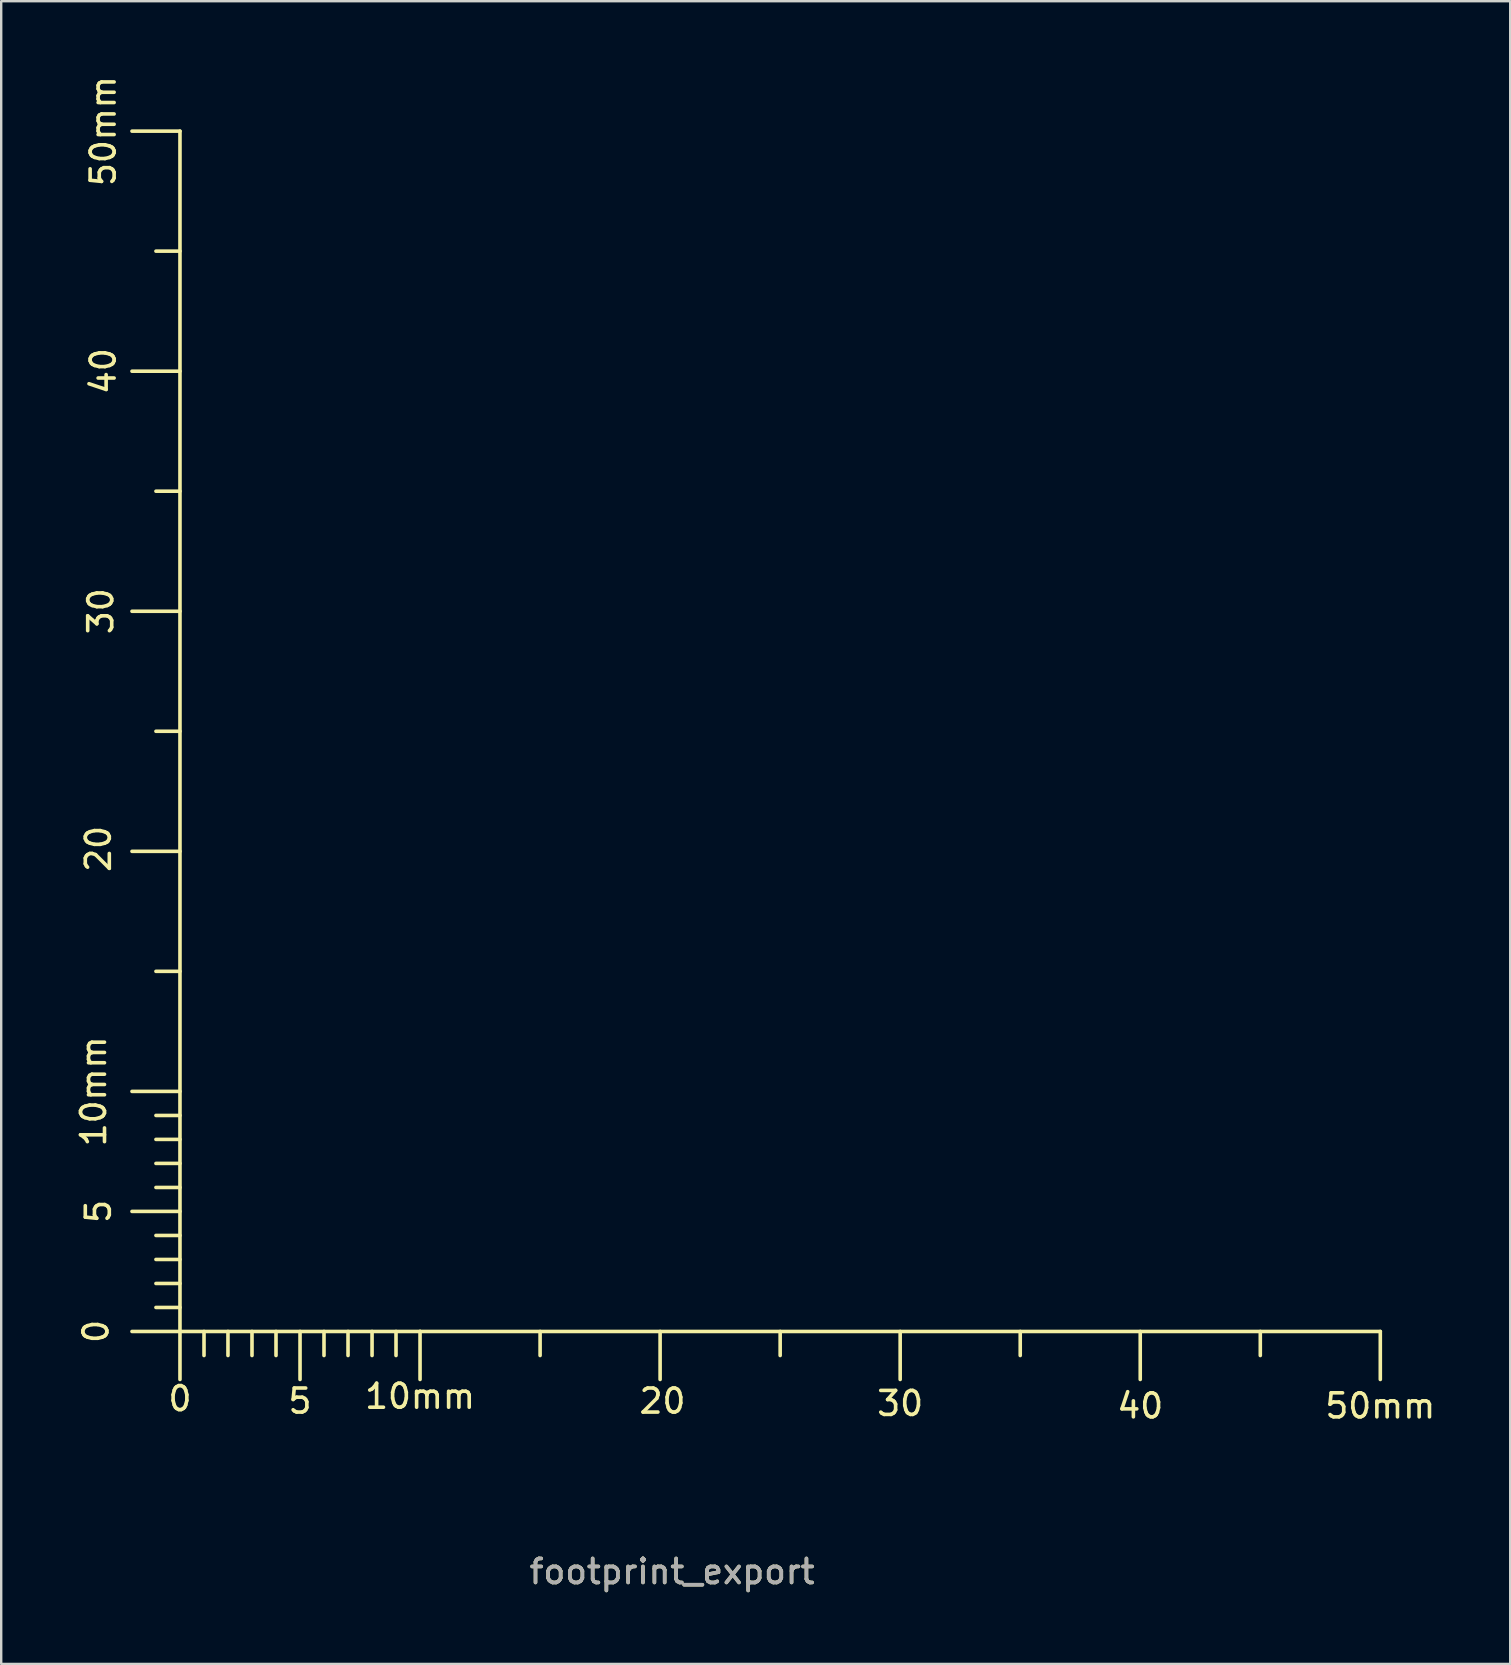
<source format=kicad_pcb>
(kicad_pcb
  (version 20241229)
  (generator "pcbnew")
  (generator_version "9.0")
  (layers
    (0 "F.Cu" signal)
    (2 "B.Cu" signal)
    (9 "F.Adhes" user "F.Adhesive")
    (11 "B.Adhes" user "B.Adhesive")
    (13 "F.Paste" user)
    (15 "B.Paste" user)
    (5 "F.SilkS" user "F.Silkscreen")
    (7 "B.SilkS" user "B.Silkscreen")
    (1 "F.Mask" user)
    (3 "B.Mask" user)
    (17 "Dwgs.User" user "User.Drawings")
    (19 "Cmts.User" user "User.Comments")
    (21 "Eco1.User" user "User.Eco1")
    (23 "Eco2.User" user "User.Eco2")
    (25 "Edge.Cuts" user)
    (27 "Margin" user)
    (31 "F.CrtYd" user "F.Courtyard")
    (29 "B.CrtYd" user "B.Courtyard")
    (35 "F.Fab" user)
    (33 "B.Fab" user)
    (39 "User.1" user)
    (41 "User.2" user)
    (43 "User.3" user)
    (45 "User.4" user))
  (footprint "footprint_export"
    (layer "F.Cu")
    (at 4.447 52.413)
    (property "Reference" "footprint_export" (at 20.5 10 0) (layer "F.SilkS") (effects (font (size 1 1) (thickness 0.15))))
    (attr exclude_from_pos_files exclude_from_bom)
    (fp_line (start 0 -50) (end -1.999 -50) (stroke (width 0.15) (type solid)) (layer "F.SilkS"))
    (fp_line (start 0 -45.001) (end -1.001 -45.001) (stroke (width 0.15) (type solid)) (layer "F.SilkS"))
    (fp_line (start 0 -40) (end -1.999 -40) (stroke (width 0.15) (type solid)) (layer "F.SilkS"))
    (fp_line (start 0 -35.001) (end -1.001 -35.001) (stroke (width 0.15) (type solid)) (layer "F.SilkS"))
    (fp_line (start 0 -30) (end -1.999 -30) (stroke (width 0.15) (type solid)) (layer "F.SilkS"))
    (fp_line (start 0 -25.001) (end -1.001 -25.001) (stroke (width 0.15) (type solid)) (layer "F.SilkS"))
    (fp_line (start 0 -20) (end -1.999 -20) (stroke (width 0.15) (type solid)) (layer "F.SilkS"))
    (fp_line (start 0 -15.001) (end -1.001 -15.001) (stroke (width 0.15) (type solid)) (layer "F.SilkS"))
    (fp_line (start 0 -10) (end -1.999 -10) (stroke (width 0.15) (type solid)) (layer "F.SilkS"))
    (fp_line (start 0 -8.999) (end -1.001 -8.999) (stroke (width 0.15) (type solid)) (layer "F.SilkS"))
    (fp_line (start 0 -8.001) (end -1.001 -8.001) (stroke (width 0.15) (type solid)) (layer "F.SilkS"))
    (fp_line (start 0 -7) (end -1.001 -7) (stroke (width 0.15) (type solid)) (layer "F.SilkS"))
    (fp_line (start 0 -5.999) (end -1.001 -5.999) (stroke (width 0.15) (type solid)) (layer "F.SilkS"))
    (fp_line (start 0 -5.001) (end -1.999 -5.001) (stroke (width 0.15) (type solid)) (layer "F.SilkS"))
    (fp_line (start 0 -4) (end -1.001 -4) (stroke (width 0.15) (type solid)) (layer "F.SilkS"))
    (fp_line (start 0 -3) (end -1.001 -3) (stroke (width 0.15) (type solid)) (layer "F.SilkS"))
    (fp_line (start 0 -1.999) (end -1.001 -1.999) (stroke (width 0.15) (type solid)) (layer "F.SilkS"))
    (fp_line (start 0 -1.001) (end -1.001 -1.001) (stroke (width 0.15) (type solid)) (layer "F.SilkS"))
    (fp_line (start 0 0) (end -1.999 0) (stroke (width 0.15) (type solid)) (layer "F.SilkS"))
    (fp_line (start 0 0) (end 0 -50) (stroke (width 0.15) (type solid)) (layer "F.SilkS"))
    (fp_line (start 0 0) (end 0 1.999) (stroke (width 0.15) (type solid)) (layer "F.SilkS"))
    (fp_line (start 0 0) (end 10 0) (stroke (width 0.15) (type solid)) (layer "F.SilkS"))
    (fp_line (start 1.001 0) (end 1.001 1.001) (stroke (width 0.15) (type solid)) (layer "F.SilkS"))
    (fp_line (start 1.999 0) (end 1.999 1.001) (stroke (width 0.15) (type solid)) (layer "F.SilkS"))
    (fp_line (start 3 0) (end 3 1.001) (stroke (width 0.15) (type solid)) (layer "F.SilkS"))
    (fp_line (start 4 0) (end 4 1.001) (stroke (width 0.15) (type solid)) (layer "F.SilkS"))
    (fp_line (start 5.001 0) (end 5.001 1.999) (stroke (width 0.15) (type solid)) (layer "F.SilkS"))
    (fp_line (start 5.999 0) (end 5.999 1.001) (stroke (width 0.15) (type solid)) (layer "F.SilkS"))
    (fp_line (start 7 0) (end 7 1.001) (stroke (width 0.15) (type solid)) (layer "F.SilkS"))
    (fp_line (start 8.001 0) (end 8.001 1.001) (stroke (width 0.15) (type solid)) (layer "F.SilkS"))
    (fp_line (start 8.999 0) (end 8.999 1.001) (stroke (width 0.15) (type solid)) (layer "F.SilkS"))
    (fp_line (start 10 0) (end 10 1.999) (stroke (width 0.15) (type solid)) (layer "F.SilkS"))
    (fp_line (start 10 0) (end 50 0) (stroke (width 0.15) (type solid)) (layer "F.SilkS"))
    (fp_line (start 15.001 0) (end 15.001 1.001) (stroke (width 0.15) (type solid)) (layer "F.SilkS"))
    (fp_line (start 20 0) (end 20 1.999) (stroke (width 0.15) (type solid)) (layer "F.SilkS"))
    (fp_line (start 25.001 0) (end 25.001 1.001) (stroke (width 0.15) (type solid)) (layer "F.SilkS"))
    (fp_line (start 30 0) (end 30 1.999) (stroke (width 0.15) (type solid)) (layer "F.SilkS"))
    (fp_line (start 35.001 0) (end 35.001 1.001) (stroke (width 0.15) (type solid)) (layer "F.SilkS"))
    (fp_line (start 40 0) (end 40 1.999) (stroke (width 0.15) (type solid)) (layer "F.SilkS"))
    (fp_line (start 45.001 0) (end 45.001 1.001) (stroke (width 0.15) (type solid)) (layer "F.SilkS"))
    (fp_line (start 50 0) (end 50 1.999) (stroke (width 0.15) (type solid)) (layer "F.SilkS"))
    (fp_text user "5" (at 4.999 2.901 0) (layer "F.SilkS") (effects (font (size 1 1) (thickness 0.15))))
    (fp_text user "50mm" (at 50 3.101 0) (layer "F.SilkS") (effects (font (size 1 1) (thickness 0.15))))
    (fp_text user "10mm" (at 10 2.7 0) (layer "F.SilkS") (effects (font (size 1 1) (thickness 0.15))))
    (fp_text user "40" (at -3.198 -40.002 90) (layer "F.SilkS") (effects (font (size 1 1) (thickness 0.15))))
    (fp_text user "0" (at -3.5 -0.003 90) (layer "F.SilkS") (effects (font (size 1 1) (thickness 0.15))))
    (fp_text user "5" (at -3.399 -5.001 90) (layer "F.SilkS") (effects (font (size 1 1) (thickness 0.15))))
    (fp_text user "30" (at 30 3 0) (layer "F.SilkS") (effects (font (size 1 1) (thickness 0.15))))
    (fp_text user "30" (at -3.299 -30.002 90) (layer "F.SilkS") (effects (font (size 1 1) (thickness 0.15))))
    (fp_text user "40" (at 40 3.101 0) (layer "F.SilkS") (effects (font (size 1 1) (thickness 0.15))))
    (fp_text user "10mm" (at -3.599 -10.003 90) (layer "F.SilkS") (effects (font (size 1 1) (thickness 0.15))))
    (fp_text user "50mm" (at -3.198 -50.002 90) (layer "F.SilkS") (effects (font (size 1 1) (thickness 0.15))))
    (fp_text user "20" (at -3.399 -20.102 90) (layer "F.SilkS") (effects (font (size 1 1) (thickness 0.15))))
    (fp_text user "0" (at 0 2.799 0) (layer "F.SilkS") (effects (font (size 1 1) (thickness 0.15))))
    (fp_text user "20" (at 20.099 2.901 0) (layer "F.SilkS") (effects (font (size 1 1) (thickness 0.15))))
    (fp_text user "${REFERENCE}" (at 20.5 10 0) (layer "F.Fab") (effects (font (size 1 1) (thickness 0.15)))))
  (gr_rect
    (start -3 -3)
    (end 59.858 66.261)
    (stroke (width 0.1) (type default))
    (fill no)
    (layer "Edge.Cuts")))
</source>
